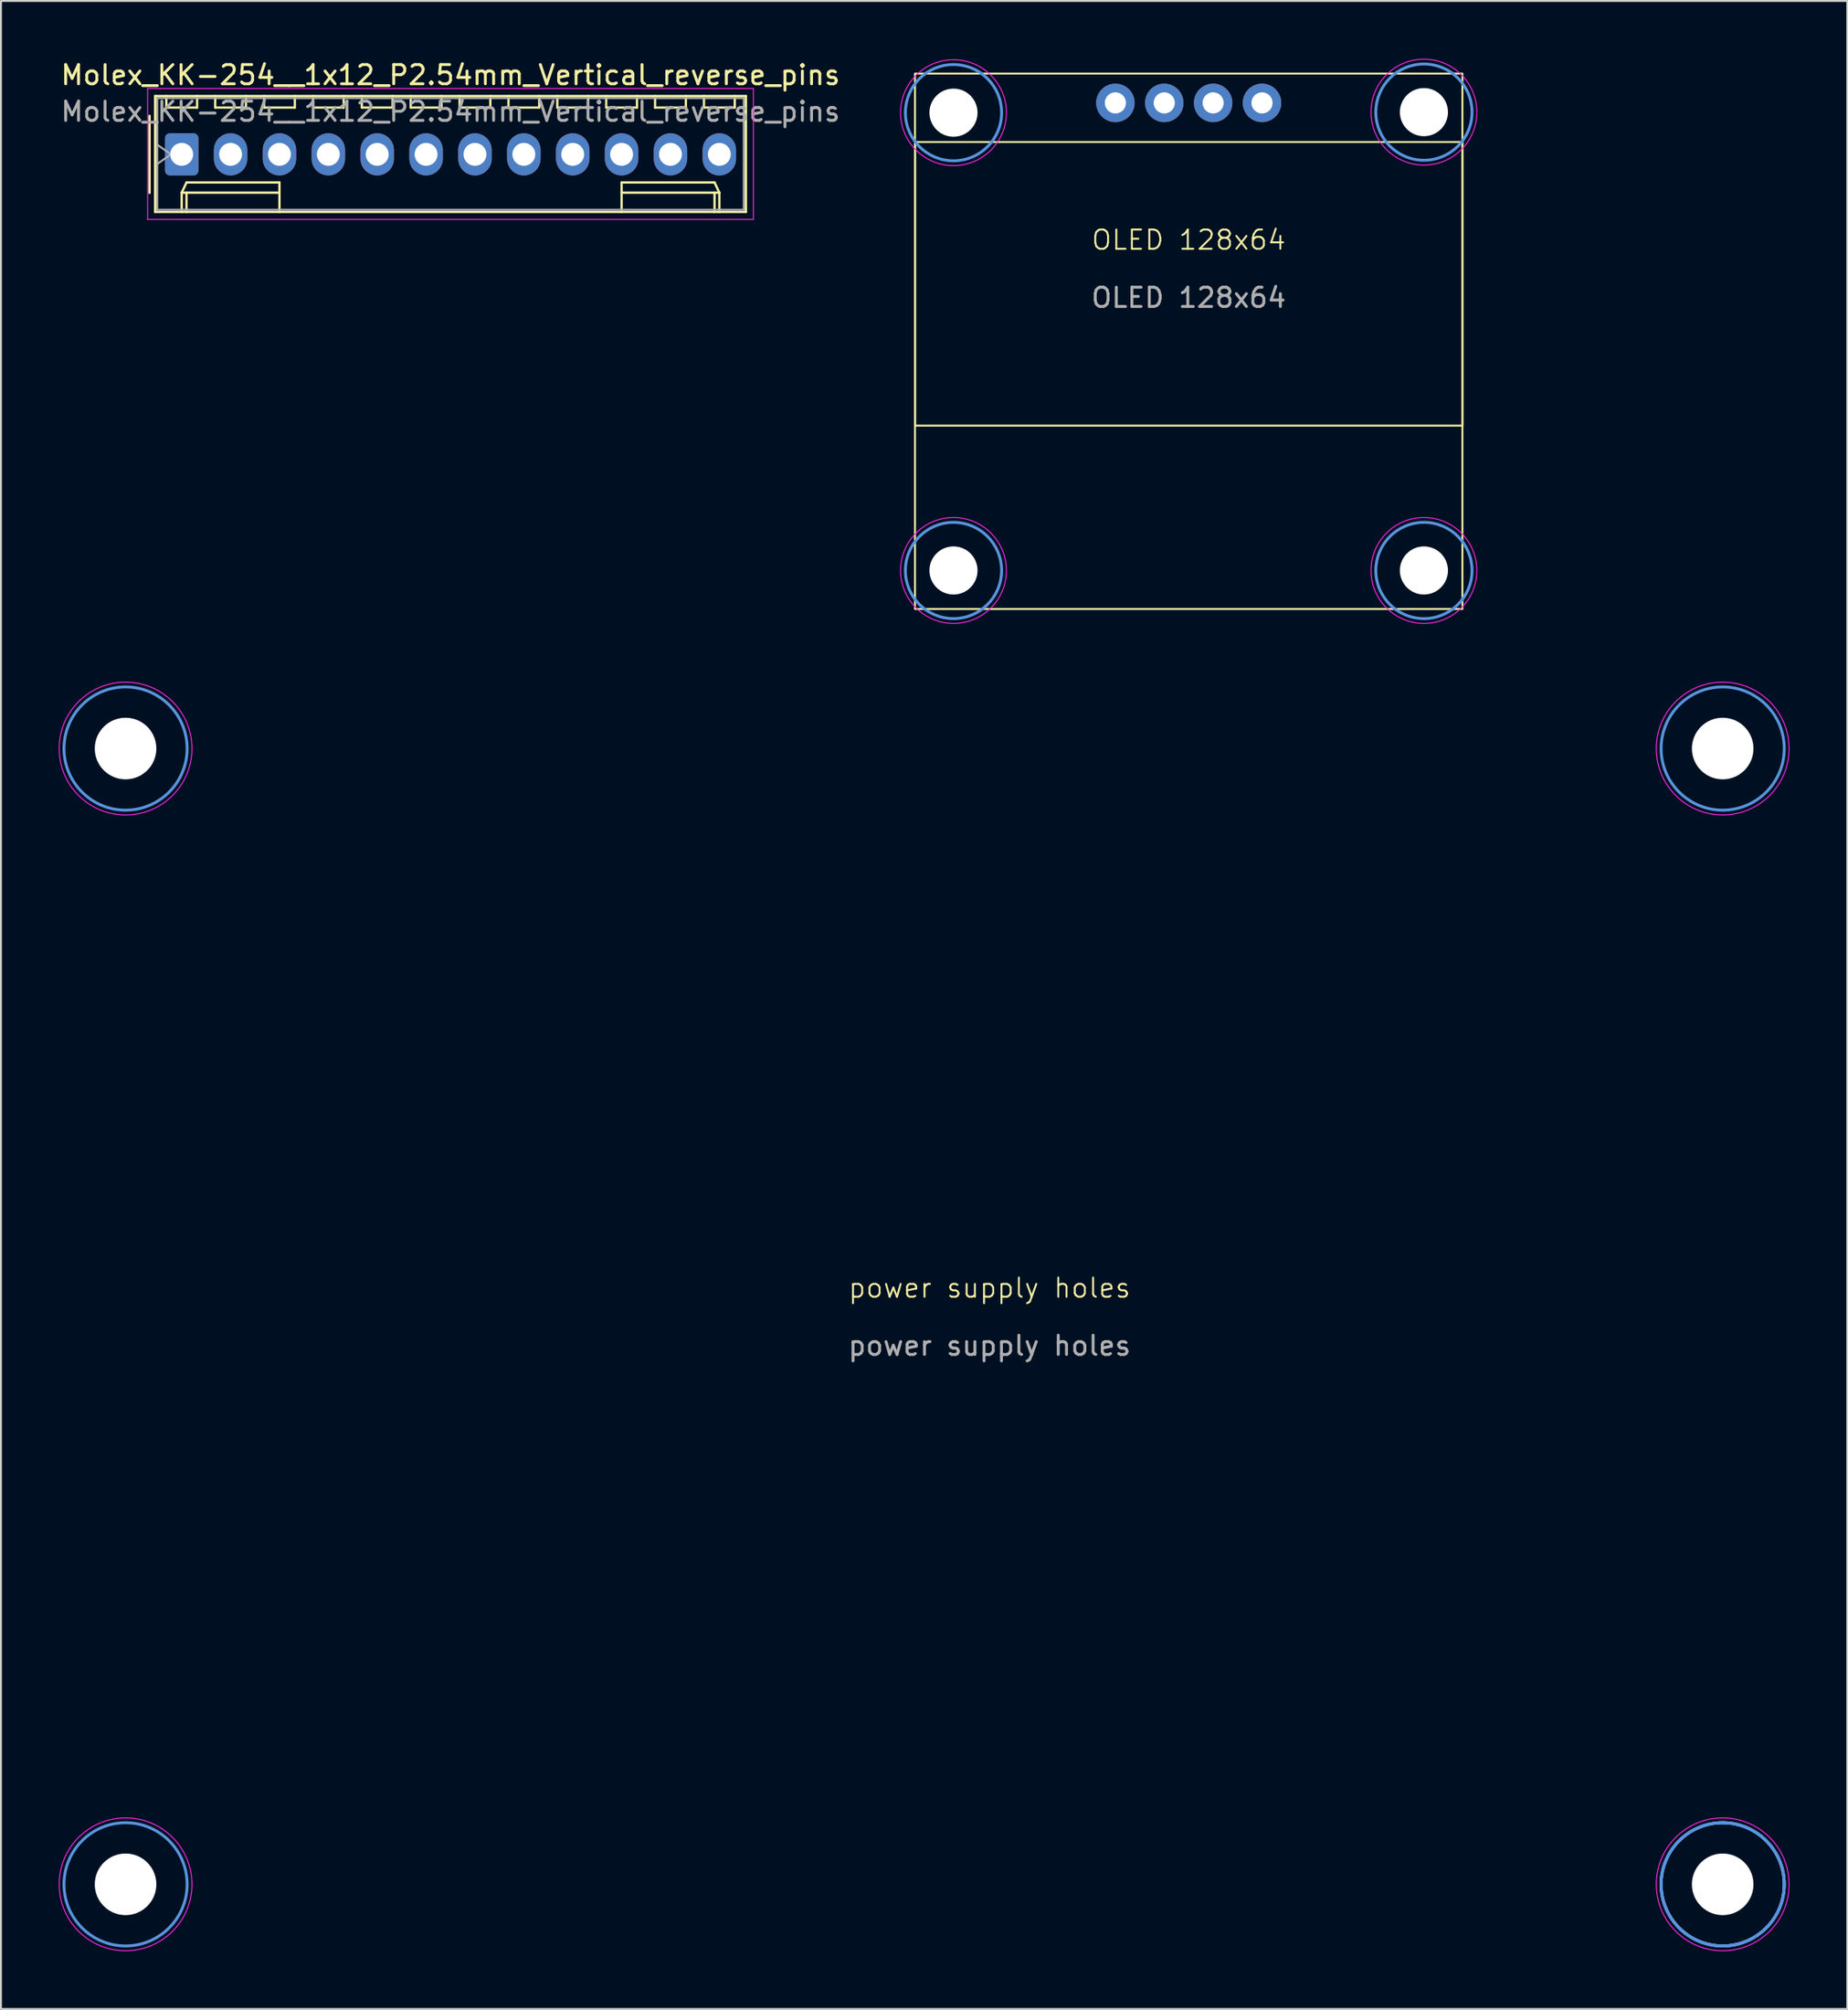
<source format=kicad_pcb>
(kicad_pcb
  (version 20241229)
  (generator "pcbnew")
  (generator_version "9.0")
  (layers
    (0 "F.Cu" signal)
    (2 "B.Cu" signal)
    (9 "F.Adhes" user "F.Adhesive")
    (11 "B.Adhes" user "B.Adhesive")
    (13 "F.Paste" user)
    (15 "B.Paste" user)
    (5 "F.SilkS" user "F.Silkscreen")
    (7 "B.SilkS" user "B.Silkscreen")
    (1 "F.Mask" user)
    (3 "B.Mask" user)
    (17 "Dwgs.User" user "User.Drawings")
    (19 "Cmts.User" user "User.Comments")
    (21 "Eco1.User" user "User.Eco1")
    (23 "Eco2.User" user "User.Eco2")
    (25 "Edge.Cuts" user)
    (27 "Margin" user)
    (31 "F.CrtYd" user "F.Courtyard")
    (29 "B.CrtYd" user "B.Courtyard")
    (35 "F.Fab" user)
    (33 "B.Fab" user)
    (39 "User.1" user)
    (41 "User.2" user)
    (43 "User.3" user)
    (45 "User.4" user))
  (footprint "Molex_KK-254__1x12_P2.54mm_Vertical_reverse_pins"
    (layer "F.Cu")
    (at 6.393 4.968)
    (property "Reference" "Molex_KK-254__1x12_P2.54mm_Vertical_reverse_pins" (at 13.97 -4.12 0) (layer "F.SilkS") (effects (font (size 1 1) (thickness 0.15))))
    (attr through_hole)
    (fp_line (start -1.67 -2) (end -1.67 2) (stroke (width 0.12) (type solid)) (layer "F.SilkS"))
    (fp_line (start -1.38 -3.03) (end -1.38 2.99) (stroke (width 0.12) (type solid)) (layer "F.SilkS"))
    (fp_line (start -1.38 2.99) (end 29.32 2.99) (stroke (width 0.12) (type solid)) (layer "F.SilkS"))
    (fp_line (start -0.8 -3.03) (end -0.8 -2.43) (stroke (width 0.12) (type solid)) (layer "F.SilkS"))
    (fp_line (start -0.8 -2.43) (end 0.8 -2.43) (stroke (width 0.12) (type solid)) (layer "F.SilkS"))
    (fp_line (start 0 1.99) (end 0.25 1.46) (stroke (width 0.12) (type solid)) (layer "F.SilkS"))
    (fp_line (start 0 1.99) (end 5.08 1.99) (stroke (width 0.12) (type solid)) (layer "F.SilkS"))
    (fp_line (start 0 2.99) (end 0 1.99) (stroke (width 0.12) (type solid)) (layer "F.SilkS"))
    (fp_line (start 0.25 1.46) (end 5.08 1.46) (stroke (width 0.12) (type solid)) (layer "F.SilkS"))
    (fp_line (start 0.25 2.99) (end 0.25 1.99) (stroke (width 0.12) (type solid)) (layer "F.SilkS"))
    (fp_line (start 0.8 -2.43) (end 0.8 -3.03) (stroke (width 0.12) (type solid)) (layer "F.SilkS"))
    (fp_line (start 1.74 -3.03) (end 1.74 -2.43) (stroke (width 0.12) (type solid)) (layer "F.SilkS"))
    (fp_line (start 1.74 -2.43) (end 3.34 -2.43) (stroke (width 0.12) (type solid)) (layer "F.SilkS"))
    (fp_line (start 3.34 -2.43) (end 3.34 -3.03) (stroke (width 0.12) (type solid)) (layer "F.SilkS"))
    (fp_line (start 4.28 -3.03) (end 4.28 -2.43) (stroke (width 0.12) (type solid)) (layer "F.SilkS"))
    (fp_line (start 4.28 -2.43) (end 5.88 -2.43) (stroke (width 0.12) (type solid)) (layer "F.SilkS"))
    (fp_line (start 5.08 1.46) (end 5.08 1.99) (stroke (width 0.12) (type solid)) (layer "F.SilkS"))
    (fp_line (start 5.08 1.99) (end 5.08 2.99) (stroke (width 0.12) (type solid)) (layer "F.SilkS"))
    (fp_line (start 5.88 -2.43) (end 5.88 -3.03) (stroke (width 0.12) (type solid)) (layer "F.SilkS"))
    (fp_line (start 6.82 -3.03) (end 6.82 -2.43) (stroke (width 0.12) (type solid)) (layer "F.SilkS"))
    (fp_line (start 6.82 -2.43) (end 8.42 -2.43) (stroke (width 0.12) (type solid)) (layer "F.SilkS"))
    (fp_line (start 8.42 -2.43) (end 8.42 -3.03) (stroke (width 0.12) (type solid)) (layer "F.SilkS"))
    (fp_line (start 9.36 -3.03) (end 9.36 -2.43) (stroke (width 0.12) (type solid)) (layer "F.SilkS"))
    (fp_line (start 9.36 -2.43) (end 10.96 -2.43) (stroke (width 0.12) (type solid)) (layer "F.SilkS"))
    (fp_line (start 10.96 -2.43) (end 10.96 -3.03) (stroke (width 0.12) (type solid)) (layer "F.SilkS"))
    (fp_line (start 11.9 -3.03) (end 11.9 -2.43) (stroke (width 0.12) (type solid)) (layer "F.SilkS"))
    (fp_line (start 11.9 -2.43) (end 13.5 -2.43) (stroke (width 0.12) (type solid)) (layer "F.SilkS"))
    (fp_line (start 13.5 -2.43) (end 13.5 -3.03) (stroke (width 0.12) (type solid)) (layer "F.SilkS"))
    (fp_line (start 14.44 -3.03) (end 14.44 -2.43) (stroke (width 0.12) (type solid)) (layer "F.SilkS"))
    (fp_line (start 14.44 -2.43) (end 16.04 -2.43) (stroke (width 0.12) (type solid)) (layer "F.SilkS"))
    (fp_line (start 16.04 -2.43) (end 16.04 -3.03) (stroke (width 0.12) (type solid)) (layer "F.SilkS"))
    (fp_line (start 16.98 -3.03) (end 16.98 -2.43) (stroke (width 0.12) (type solid)) (layer "F.SilkS"))
    (fp_line (start 16.98 -2.43) (end 18.58 -2.43) (stroke (width 0.12) (type solid)) (layer "F.SilkS"))
    (fp_line (start 18.58 -2.43) (end 18.58 -3.03) (stroke (width 0.12) (type solid)) (layer "F.SilkS"))
    (fp_line (start 19.52 -3.03) (end 19.52 -2.43) (stroke (width 0.12) (type solid)) (layer "F.SilkS"))
    (fp_line (start 19.52 -2.43) (end 21.12 -2.43) (stroke (width 0.12) (type solid)) (layer "F.SilkS"))
    (fp_line (start 21.12 -2.43) (end 21.12 -3.03) (stroke (width 0.12) (type solid)) (layer "F.SilkS"))
    (fp_line (start 22.06 -3.03) (end 22.06 -2.43) (stroke (width 0.12) (type solid)) (layer "F.SilkS"))
    (fp_line (start 22.06 -2.43) (end 23.66 -2.43) (stroke (width 0.12) (type solid)) (layer "F.SilkS"))
    (fp_line (start 22.86 1.46) (end 22.86 1.99) (stroke (width 0.12) (type solid)) (layer "F.SilkS"))
    (fp_line (start 22.86 1.99) (end 22.86 2.99) (stroke (width 0.12) (type solid)) (layer "F.SilkS"))
    (fp_line (start 23.66 -2.43) (end 23.66 -3.03) (stroke (width 0.12) (type solid)) (layer "F.SilkS"))
    (fp_line (start 24.6 -3.03) (end 24.6 -2.43) (stroke (width 0.12) (type solid)) (layer "F.SilkS"))
    (fp_line (start 24.6 -2.43) (end 26.2 -2.43) (stroke (width 0.12) (type solid)) (layer "F.SilkS"))
    (fp_line (start 26.2 -2.43) (end 26.2 -3.03) (stroke (width 0.12) (type solid)) (layer "F.SilkS"))
    (fp_line (start 27.14 -3.03) (end 27.14 -2.43) (stroke (width 0.12) (type solid)) (layer "F.SilkS"))
    (fp_line (start 27.14 -2.43) (end 28.74 -2.43) (stroke (width 0.12) (type solid)) (layer "F.SilkS"))
    (fp_line (start 27.69 1.46) (end 22.86 1.46) (stroke (width 0.12) (type solid)) (layer "F.SilkS"))
    (fp_line (start 27.69 2.99) (end 27.69 1.99) (stroke (width 0.12) (type solid)) (layer "F.SilkS"))
    (fp_line (start 27.94 1.99) (end 22.86 1.99) (stroke (width 0.12) (type solid)) (layer "F.SilkS"))
    (fp_line (start 27.94 1.99) (end 27.69 1.46) (stroke (width 0.12) (type solid)) (layer "F.SilkS"))
    (fp_line (start 27.94 2.99) (end 27.94 1.99) (stroke (width 0.12) (type solid)) (layer "F.SilkS"))
    (fp_line (start 28.74 -2.43) (end 28.74 -3.03) (stroke (width 0.12) (type solid)) (layer "F.SilkS"))
    (fp_line (start 29.32 -3.03) (end -1.38 -3.03) (stroke (width 0.12) (type solid)) (layer "F.SilkS"))
    (fp_line (start 29.32 2.99) (end 29.32 -3.03) (stroke (width 0.12) (type solid)) (layer "F.SilkS"))
    (fp_line (start -1.77 -3.42) (end -1.77 3.38) (stroke (width 0.05) (type solid)) (layer "F.CrtYd"))
    (fp_line (start -1.77 3.38) (end 29.71 3.38) (stroke (width 0.05) (type solid)) (layer "F.CrtYd"))
    (fp_line (start 29.71 -3.42) (end -1.77 -3.42) (stroke (width 0.05) (type solid)) (layer "F.CrtYd"))
    (fp_line (start 29.71 3.38) (end 29.71 -3.42) (stroke (width 0.05) (type solid)) (layer "F.CrtYd"))
    (fp_line (start -1.27 -2.92) (end -1.27 2.88) (stroke (width 0.1) (type solid)) (layer "F.Fab"))
    (fp_line (start -1.27 -0.5) (end -0.563 0) (stroke (width 0.1) (type solid)) (layer "F.Fab"))
    (fp_line (start -1.27 2.88) (end 29.21 2.88) (stroke (width 0.1) (type solid)) (layer "F.Fab"))
    (fp_line (start -0.563 0) (end -1.27 0.5) (stroke (width 0.1) (type solid)) (layer "F.Fab"))
    (fp_line (start 29.21 -2.92) (end -1.27 -2.92) (stroke (width 0.1) (type solid)) (layer "F.Fab"))
    (fp_line (start 29.21 2.88) (end 29.21 -2.92) (stroke (width 0.1) (type solid)) (layer "F.Fab"))
    (fp_text user "${REFERENCE}" (at 13.97 -2.22 0) (layer "F.Fab") (effects (font (size 1 1) (thickness 0.15))))
    (pad "1" thru_hole oval (at 27.94 0) (size 1.74 2.19) (drill 1.19) (layers "*.Cu" "*.Mask"))
    (pad "2" thru_hole oval (at 25.4 0) (size 1.74 2.19) (drill 1.19) (layers "*.Cu" "*.Mask"))
    (pad "3" thru_hole oval (at 22.86 0) (size 1.74 2.19) (drill 1.19) (layers "*.Cu" "*.Mask"))
    (pad "4" thru_hole oval (at 20.32 0) (size 1.74 2.19) (drill 1.19) (layers "*.Cu" "*.Mask"))
    (pad "5" thru_hole oval (at 17.78 0) (size 1.74 2.19) (drill 1.19) (layers "*.Cu" "*.Mask"))
    (pad "6" thru_hole oval (at 15.24 0) (size 1.74 2.19) (drill 1.19) (layers "*.Cu" "*.Mask"))
    (pad "7" thru_hole oval (at 12.7 0) (size 1.74 2.19) (drill 1.19) (layers "*.Cu" "*.Mask"))
    (pad "8" thru_hole oval (at 10.16 0) (size 1.74 2.19) (drill 1.19) (layers "*.Cu" "*.Mask"))
    (pad "9" thru_hole oval (at 7.62 0) (size 1.74 2.19) (drill 1.19) (layers "*.Cu" "*.Mask"))
    (pad "10" thru_hole oval (at 5.08 0) (size 1.74 2.19) (drill 1.19) (layers "*.Cu" "*.Mask"))
    (pad "11" thru_hole oval (at 2.54 0) (size 1.74 2.19) (drill 1.19) (layers "*.Cu" "*.Mask"))
    (pad "12" thru_hole roundrect (at 0 0) (size 1.74 2.19) (drill 1.19) (layers "*.Cu" "*.Mask") (roundrect_rratio 0.144)))
  (footprint "power supply holes"
    (layer "F.Cu")
    (at 48.375 64.354)
    (property "Reference" "power supply holes" (at 0 -0.5 0) (unlocked yes) (layer "F.SilkS") (effects (font (size 1 1) (thickness 0.1))))
    (attr smd)
    (fp_circle (center -44.9 -28.52) (end -41.7 -28.52) (stroke (width 0.15) (type solid)) (fill no) (layer "Cmts.User"))
    (fp_circle (center -44.9 30.48) (end -41.7 30.48) (stroke (width 0.15) (type solid)) (fill no) (layer "Cmts.User"))
    (fp_circle (center 38.1 -28.52) (end 41.3 -28.52) (stroke (width 0.15) (type solid)) (fill no) (layer "Cmts.User"))
    (fp_circle (center 38.1 30.48) (end 41.3 30.48) (stroke (width 0.15) (type solid)) (fill no) (layer "Cmts.User"))
    (fp_circle (center 38.1 30.48) (end 41.3 30.48) (stroke (width 0.15) (type solid)) (fill no) (layer "Cmts.User"))
    (fp_circle (center 38.1 30.48) (end 41.3 30.48) (stroke (width 0.15) (type solid)) (fill no) (layer "Cmts.User"))
    (fp_circle (center 38.1 30.48) (end 41.3 30.48) (stroke (width 0.15) (type solid)) (fill no) (layer "Cmts.User"))
    (fp_circle (center -44.9 -28.52) (end -41.45 -28.52) (stroke (width 0.05) (type solid)) (fill no) (layer "F.CrtYd"))
    (fp_circle (center -44.9 30.48) (end -41.45 30.48) (stroke (width 0.05) (type solid)) (fill no) (layer "F.CrtYd"))
    (fp_circle (center 38.1 -28.52) (end 41.55 -28.52) (stroke (width 0.05) (type solid)) (fill no) (layer "F.CrtYd"))
    (fp_circle (center 38.1 30.48) (end 41.55 30.48) (stroke (width 0.05) (type solid)) (fill no) (layer "F.CrtYd"))
    (fp_text user "${REFERENCE}" (at 0 2.5 0) (unlocked yes) (layer "F.Fab") (effects (font (size 1 1) (thickness 0.15))))
    (pad "" np_thru_hole circle (at -44.9 -28.52) (size 3.2 3.2) (drill 3.2) (layers "*.Cu" "*.Mask"))
    (pad "" np_thru_hole circle (at -44.9 30.48) (size 3.2 3.2) (drill 3.2) (layers "*.Cu" "*.Mask"))
    (pad "" np_thru_hole circle (at 38.1 -28.52) (size 3.2 3.2) (drill 3.2) (layers "*.Cu" "*.Mask"))
    (pad "" np_thru_hole circle (at 38.1 30.48) (size 3.2 3.2) (drill 3.2) (layers "*.Cu" "*.Mask")))
  (footprint "OLED 128x64"
    (layer "F.Cu")
    (at 58.725 9.915)
    (property "Reference" "OLED 128x64" (at 0 -0.5 0) (unlocked yes) (layer "F.SilkS") (effects (font (size 1 1) (thickness 0.1))))
    (attr through_hole)
    (fp_rect (start -14.224 -9.144) (end 14.224 18.669) (stroke (width 0.1) (type default)) (fill no) (layer "F.SilkS"))
    (fp_rect (start -14.224 -5.588) (end 14.224 9.144) (stroke (width 0.1) (type default)) (fill no) (layer "F.SilkS"))
    (fp_circle (center -12.224 -7.112) (end -9.724 -7.112) (stroke (width 0.15) (type solid)) (fill no) (layer "Cmts.User"))
    (fp_circle (center -12.224 16.669) (end -9.724 16.669) (stroke (width 0.15) (type solid)) (fill no) (layer "Cmts.User"))
    (fp_circle (center 12.224 -7.14) (end 14.724 -7.14) (stroke (width 0.15) (type solid)) (fill no) (layer "Cmts.User"))
    (fp_circle (center 12.224 16.669) (end 14.724 16.669) (stroke (width 0.15) (type solid)) (fill no) (layer "Cmts.User"))
    (fp_circle (center -12.224 -7.112) (end -9.474 -7.112) (stroke (width 0.05) (type solid)) (fill no) (layer "F.CrtYd"))
    (fp_circle (center -12.224 16.669) (end -9.474 16.669) (stroke (width 0.05) (type solid)) (fill no) (layer "F.CrtYd"))
    (fp_circle (center 12.224 -7.14) (end 14.974 -7.14) (stroke (width 0.05) (type solid)) (fill no) (layer "F.CrtYd"))
    (fp_circle (center 12.224 16.669) (end 14.974 16.669) (stroke (width 0.05) (type solid)) (fill no) (layer "F.CrtYd"))
    (fp_text user "${REFERENCE}" (at 0 2.5 0) (unlocked yes) (layer "F.Fab") (effects (font (size 1 1) (thickness 0.15))))
    (pad "" np_thru_hole circle (at -12.224 -7.112) (size 2.5 2.5) (drill 2.5) (layers "*.Cu" "*.Mask"))
    (pad "" np_thru_hole circle (at -12.224 16.669) (size 2.5 2.5) (drill 2.5) (layers "*.Cu" "*.Mask"))
    (pad "" np_thru_hole circle (at 12.224 -7.14) (size 2.5 2.5) (drill 2.5) (layers "*.Cu" "*.Mask"))
    (pad "" np_thru_hole circle (at 12.224 16.669) (size 2.5 2.5) (drill 2.5) (layers "*.Cu" "*.Mask"))
    (pad "1" thru_hole circle (at -3.81 -7.62) (size 2 2) (drill 1.1) (layers "*.Cu" "*.Mask"))
    (pad "2" thru_hole circle (at -1.27 -7.62) (size 2 2) (drill 1.1) (layers "*.Cu" "*.Mask"))
    (pad "3" thru_hole circle (at 1.27 -7.62) (size 2 2) (drill 1.1) (layers "*.Cu" "*.Mask"))
    (pad "4" thru_hole circle (at 3.81 -7.62) (size 2 2) (drill 1.1) (layers "*.Cu" "*.Mask")))
  (gr_rect
    (start -3 -3)
    (end 92.95 101.309)
    (stroke (width 0.1) (type default))
    (fill no)
    (layer "Edge.Cuts")))
</source>
